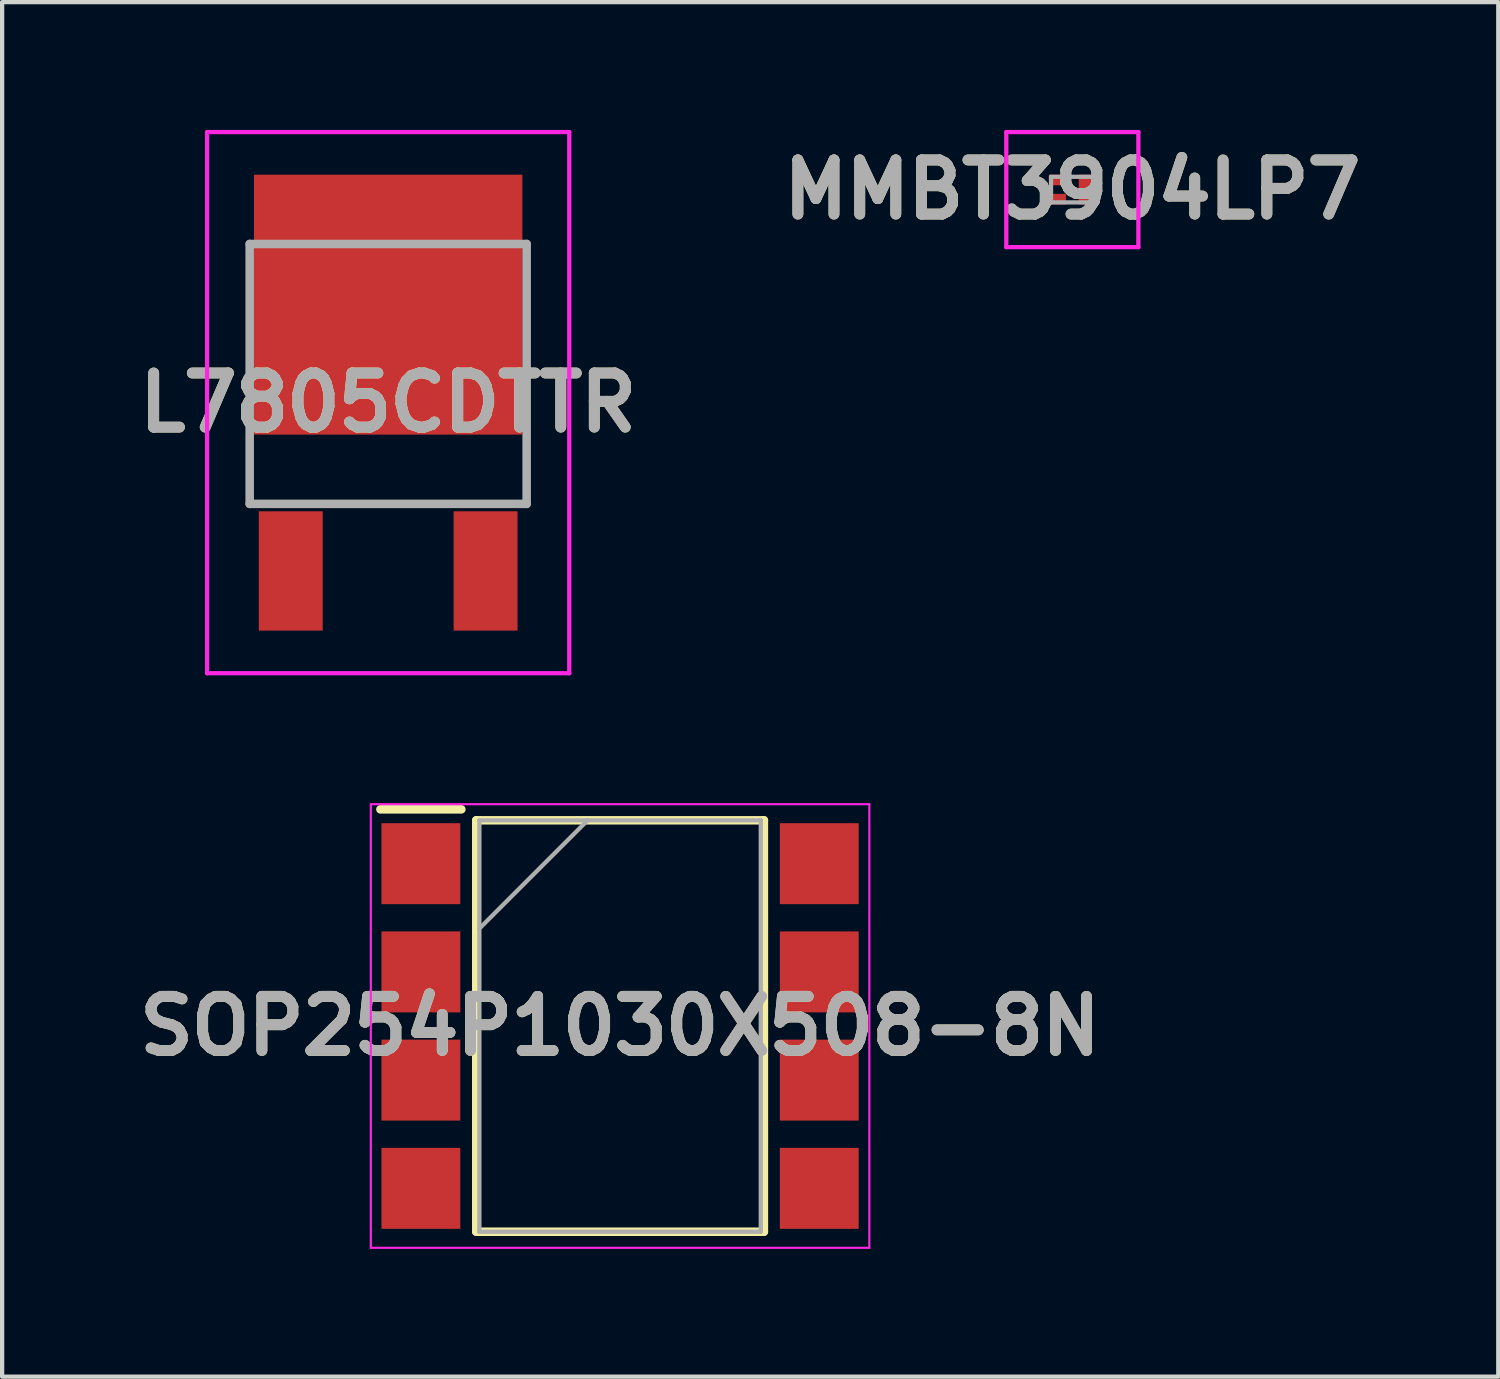
<source format=kicad_pcb>
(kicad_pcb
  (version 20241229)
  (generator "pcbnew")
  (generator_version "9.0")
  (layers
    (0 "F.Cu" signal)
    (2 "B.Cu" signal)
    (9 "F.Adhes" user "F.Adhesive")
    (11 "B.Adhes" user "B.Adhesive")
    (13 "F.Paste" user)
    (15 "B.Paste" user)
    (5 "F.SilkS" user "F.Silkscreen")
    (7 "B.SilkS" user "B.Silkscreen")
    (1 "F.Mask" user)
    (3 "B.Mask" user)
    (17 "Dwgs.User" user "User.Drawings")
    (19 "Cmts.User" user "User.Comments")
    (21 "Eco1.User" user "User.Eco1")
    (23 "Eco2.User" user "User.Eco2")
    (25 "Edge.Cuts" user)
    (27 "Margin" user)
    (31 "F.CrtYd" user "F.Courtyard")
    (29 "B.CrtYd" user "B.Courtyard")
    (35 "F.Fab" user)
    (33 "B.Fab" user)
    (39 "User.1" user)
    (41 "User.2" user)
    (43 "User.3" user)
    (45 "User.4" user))
  (footprint "L7805CDTTR"
    (layer "F.Cu")
    (at 6.06 4.1)
    (property "Reference" "L7805CDTTR" (at 0 2.3 0) (layer "F.SilkS") (effects (font (size 1.27 1.27) (thickness 0.254))))
    (attr smd)
    (fp_line (start -3.25 3.5) (end -3.25 4.5) (stroke (width 0.1) (type solid)) (layer "F.SilkS"))
    (fp_line (start -1 4.676) (end 1 4.676) (stroke (width 0.1) (type solid)) (layer "F.SilkS"))
    (fp_line (start 3.25 3.5) (end 3.25 4.5) (stroke (width 0.1) (type solid)) (layer "F.SilkS"))
    (fp_line (start -4.25 -4.05) (end 4.25 -4.05) (stroke (width 0.1) (type solid)) (layer "F.CrtYd"))
    (fp_line (start -4.25 8.65) (end -4.25 -4.05) (stroke (width 0.1) (type solid)) (layer "F.CrtYd"))
    (fp_line (start 4.25 -4.05) (end 4.25 8.65) (stroke (width 0.1) (type solid)) (layer "F.CrtYd"))
    (fp_line (start 4.25 8.65) (end -4.25 8.65) (stroke (width 0.1) (type solid)) (layer "F.CrtYd"))
    (fp_line (start -3.25 -1.424) (end -3.25 4.676) (stroke (width 0.2) (type solid)) (layer "F.Fab"))
    (fp_line (start -3.25 4.676) (end 3.25 4.676) (stroke (width 0.2) (type solid)) (layer "F.Fab"))
    (fp_line (start 3.25 -1.424) (end -3.25 -1.424) (stroke (width 0.2) (type solid)) (layer "F.Fab"))
    (fp_line (start 3.25 4.676) (end 3.25 -1.424) (stroke (width 0.2) (type solid)) (layer "F.Fab"))
    (fp_text user "${REFERENCE}" (at 0 2.3 0) (layer "F.Fab") (effects (font (size 1.27 1.27) (thickness 0.254))))
    (pad "1" smd rect (at -2.286 6.25) (size 1.5 2.8) (layers "F.Cu" "F.Mask" "F.Paste"))
    (pad "2" smd rect (at 0 0 90) (size 6.1 6.3) (layers "F.Cu" "F.Mask" "F.Paste"))
    (pad "3" smd rect (at 2.286 6.25) (size 1.5 2.8) (layers "F.Cu" "F.Mask" "F.Paste")))
  (footprint "SOP254P1030X508-8N"
    (layer "F.Cu")
    (at 11.503 21.03)
    (property "Reference" "SOP254P1030X508-8N" (at 0 0 0) (layer "F.SilkS") (effects (font (size 1.27 1.27) (thickness 0.254))))
    (attr smd)
    (fp_line (start -5.625 -5.085) (end -3.725 -5.085) (stroke (width 0.2) (type solid)) (layer "F.SilkS"))
    (fp_line (start -3.375 -4.828) (end 3.375 -4.828) (stroke (width 0.2) (type solid)) (layer "F.SilkS"))
    (fp_line (start -3.375 4.828) (end -3.375 -4.828) (stroke (width 0.2) (type solid)) (layer "F.SilkS"))
    (fp_line (start 3.375 -4.828) (end 3.375 4.828) (stroke (width 0.2) (type solid)) (layer "F.SilkS"))
    (fp_line (start 3.375 4.828) (end -3.375 4.828) (stroke (width 0.2) (type solid)) (layer "F.SilkS"))
    (fp_line (start -5.85 -5.205) (end 5.85 -5.205) (stroke (width 0.05) (type solid)) (layer "F.CrtYd"))
    (fp_line (start -5.85 5.205) (end -5.85 -5.205) (stroke (width 0.05) (type solid)) (layer "F.CrtYd"))
    (fp_line (start 5.85 -5.205) (end 5.85 5.205) (stroke (width 0.05) (type solid)) (layer "F.CrtYd"))
    (fp_line (start 5.85 5.205) (end -5.85 5.205) (stroke (width 0.05) (type solid)) (layer "F.CrtYd"))
    (fp_line (start -3.302 -4.828) (end 3.302 -4.828) (stroke (width 0.1) (type solid)) (layer "F.Fab"))
    (fp_line (start -3.302 -2.288) (end -0.762 -4.828) (stroke (width 0.1) (type solid)) (layer "F.Fab"))
    (fp_line (start -3.302 4.828) (end -3.302 -4.828) (stroke (width 0.1) (type solid)) (layer "F.Fab"))
    (fp_line (start 3.302 -4.828) (end 3.302 4.828) (stroke (width 0.1) (type solid)) (layer "F.Fab"))
    (fp_line (start 3.302 4.828) (end -3.302 4.828) (stroke (width 0.1) (type solid)) (layer "F.Fab"))
    (fp_text user "${REFERENCE}" (at 0 0 0) (layer "F.Fab") (effects (font (size 1.27 1.27) (thickness 0.254))))
    (pad "1" smd rect (at -4.675 -3.81) (size 1.85 1.9) (layers "F.Cu" "F.Mask" "F.Paste"))
    (pad "2" smd rect (at -4.675 -1.27) (size 1.85 1.9) (layers "F.Cu" "F.Mask" "F.Paste"))
    (pad "3" smd rect (at -4.675 1.27) (size 1.85 1.9) (layers "F.Cu" "F.Mask" "F.Paste"))
    (pad "4" smd rect (at -4.675 3.81) (size 1.85 1.9) (layers "F.Cu" "F.Mask" "F.Paste"))
    (pad "5" smd rect (at 4.675 3.81) (size 1.85 1.9) (layers "F.Cu" "F.Mask" "F.Paste"))
    (pad "6" smd rect (at 4.675 1.27) (size 1.85 1.9) (layers "F.Cu" "F.Mask" "F.Paste"))
    (pad "7" smd rect (at 4.675 -1.27) (size 1.85 1.9) (layers "F.Cu" "F.Mask" "F.Paste"))
    (pad "8" smd rect (at 4.675 -3.81) (size 1.85 1.9) (layers "F.Cu" "F.Mask" "F.Paste")))
  (footprint "MMBT3904LP7"
    (layer "F.Cu")
    (at 22.117 1.4)
    (property "Reference" "MMBT3904LP7" (at 0 0 0) (layer "F.SilkS") (effects (font (size 1.27 1.27) (thickness 0.254))))
    (attr smd)
    (fp_line (start -1.1 -0.2) (end -1.1 -0.2) (stroke (width 0.1) (type solid)) (layer "F.SilkS"))
    (fp_line (start -1 -0.2) (end -1 -0.2) (stroke (width 0.1) (type solid)) (layer "F.SilkS"))
    (fp_arc (start -1.1 -0.2) (mid -1.05 -0.25) (end -1 -0.2) (stroke (width 0.1) (type solid)) (layer "F.SilkS"))
    (fp_arc (start -1 -0.2) (mid -1.05 -0.15) (end -1.1 -0.2) (stroke (width 0.1) (type solid)) (layer "F.SilkS"))
    (fp_line (start -1.55 -1.35) (end -1.55 1.35) (stroke (width 0.1) (type solid)) (layer "F.CrtYd"))
    (fp_line (start -1.55 1.35) (end 1.55 1.35) (stroke (width 0.1) (type solid)) (layer "F.CrtYd"))
    (fp_line (start 1.55 -1.35) (end -1.55 -1.35) (stroke (width 0.1) (type solid)) (layer "F.CrtYd"))
    (fp_line (start 1.55 1.35) (end 1.55 -1.35) (stroke (width 0.1) (type solid)) (layer "F.CrtYd"))
    (fp_line (start -0.5 -0.3) (end -0.5 0.3) (stroke (width 0.1) (type solid)) (layer "F.Fab"))
    (fp_line (start -0.5 0.3) (end 0.5 0.3) (stroke (width 0.1) (type solid)) (layer "F.Fab"))
    (fp_line (start 0.5 -0.3) (end -0.5 -0.3) (stroke (width 0.1) (type solid)) (layer "F.Fab"))
    (fp_line (start 0.5 0.3) (end 0.5 -0.3) (stroke (width 0.1) (type solid)) (layer "F.Fab"))
    (fp_text user "${REFERENCE}" (at 0 0 0) (layer "F.Fab") (effects (font (size 1.27 1.27) (thickness 0.254))))
    (pad "1" smd rect (at -0.35 -0.225 90) (size 0.25 0.4) (layers "F.Cu" "F.Mask" "F.Paste"))
    (pad "2" smd rect (at -0.35 0.225 90) (size 0.25 0.4) (layers "F.Cu" "F.Mask" "F.Paste"))
    (pad "3" smd rect (at 0.35 0) (size 0.4 0.7) (layers "F.Cu" "F.Mask" "F.Paste")))
  (gr_rect
    (start -3 -3)
    (end 32.114 29.26)
    (stroke (width 0.1) (type default))
    (fill no)
    (layer "Edge.Cuts")))
</source>
